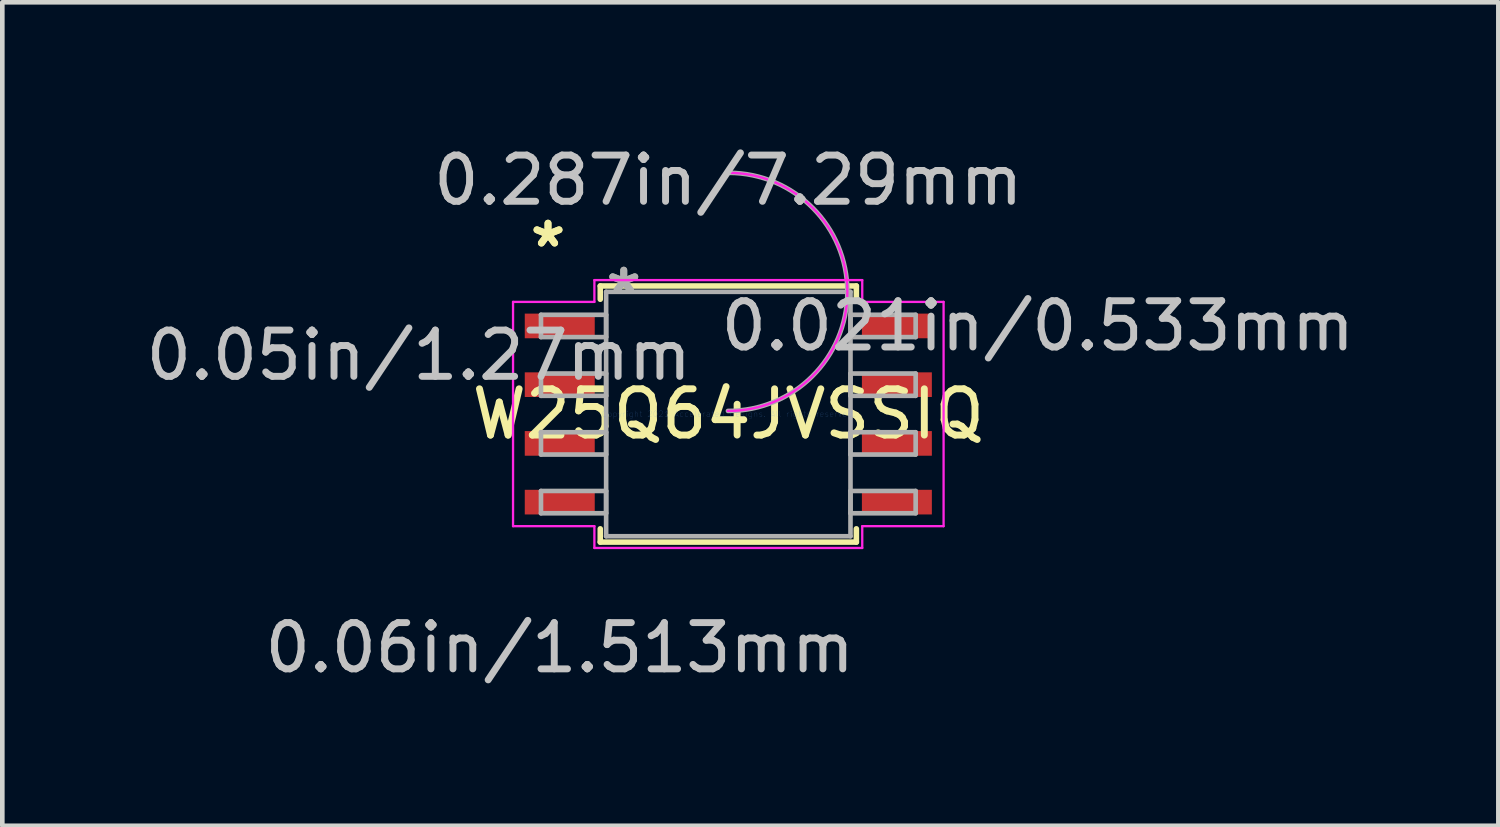
<source format=kicad_pcb>
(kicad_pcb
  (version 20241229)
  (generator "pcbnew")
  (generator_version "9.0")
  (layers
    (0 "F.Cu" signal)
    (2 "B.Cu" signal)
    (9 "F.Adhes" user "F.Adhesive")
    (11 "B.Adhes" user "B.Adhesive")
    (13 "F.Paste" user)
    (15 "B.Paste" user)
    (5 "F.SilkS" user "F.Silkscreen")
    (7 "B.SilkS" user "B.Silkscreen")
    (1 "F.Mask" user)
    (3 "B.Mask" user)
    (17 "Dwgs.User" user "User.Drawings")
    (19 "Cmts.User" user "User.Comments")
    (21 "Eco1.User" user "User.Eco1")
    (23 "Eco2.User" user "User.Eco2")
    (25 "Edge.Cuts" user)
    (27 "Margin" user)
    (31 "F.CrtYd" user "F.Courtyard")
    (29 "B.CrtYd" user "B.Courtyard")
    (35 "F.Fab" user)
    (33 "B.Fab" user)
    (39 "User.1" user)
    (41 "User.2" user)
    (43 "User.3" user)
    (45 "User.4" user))
  (footprint "W25Q64JVSSIQ"
    (layer "F.Cu")
    (at 12.699 5.903)
    (property "Reference" "W25Q64JVSSIQ" (at 0 0 0) (layer "F.SilkS") (effects (font (size 1 1) (thickness 0.15))))
    (attr through_hole)
    (fp_line (start -2.769 -2.769) (end -2.769 -2.482) (stroke (width 0.12) (type solid)) (layer "F.SilkS"))
    (fp_line (start -2.769 2.482) (end -2.769 2.769) (stroke (width 0.12) (type solid)) (layer "F.SilkS"))
    (fp_line (start -2.769 2.769) (end 2.769 2.769) (stroke (width 0.12) (type solid)) (layer "F.SilkS"))
    (fp_line (start 2.769 -2.769) (end -2.769 -2.769) (stroke (width 0.12) (type solid)) (layer "F.SilkS"))
    (fp_line (start 2.769 -2.482) (end 2.769 -2.769) (stroke (width 0.12) (type solid)) (layer "F.SilkS"))
    (fp_line (start 2.769 2.769) (end 2.769 2.482) (stroke (width 0.12) (type solid)) (layer "F.SilkS"))
    (fp_line (start -4.655 -2.425) (end -2.896 -2.425) (stroke (width 0.05) (type solid)) (layer "F.CrtYd"))
    (fp_line (start -4.655 2.425) (end -4.655 -2.425) (stroke (width 0.05) (type solid)) (layer "F.CrtYd"))
    (fp_line (start -2.896 -2.896) (end 2.896 -2.896) (stroke (width 0.05) (type solid)) (layer "F.CrtYd"))
    (fp_line (start -2.896 -2.425) (end -2.896 -2.896) (stroke (width 0.05) (type solid)) (layer "F.CrtYd"))
    (fp_line (start -2.896 2.425) (end -4.655 2.425) (stroke (width 0.05) (type solid)) (layer "F.CrtYd"))
    (fp_line (start -2.896 2.896) (end -2.896 2.425) (stroke (width 0.05) (type solid)) (layer "F.CrtYd"))
    (fp_line (start 2.896 -2.896) (end 2.896 -2.425) (stroke (width 0.05) (type solid)) (layer "F.CrtYd"))
    (fp_line (start 2.896 -2.425) (end 4.655 -2.425) (stroke (width 0.05) (type solid)) (layer "F.CrtYd"))
    (fp_line (start 2.896 2.425) (end 2.896 2.896) (stroke (width 0.05) (type solid)) (layer "F.CrtYd"))
    (fp_line (start 2.896 2.896) (end -2.896 2.896) (stroke (width 0.05) (type solid)) (layer "F.CrtYd"))
    (fp_line (start 4.655 -2.425) (end 4.655 2.425) (stroke (width 0.05) (type solid)) (layer "F.CrtYd"))
    (fp_line (start 4.655 2.425) (end 2.896 2.425) (stroke (width 0.05) (type solid)) (layer "F.CrtYd"))
    (fp_arc (start 0.011183 -5.216103) (mid 2.574503 -2.630417) (end -0.011183 -0.067097) (stroke (width 0.05) (type solid)) (layer "F.CrtYd"))
    (fp_line (start -4.051 -2.146) (end -4.051 -1.664) (stroke (width 0.1) (type solid)) (layer "F.Fab"))
    (fp_line (start -4.051 -1.664) (end -2.642 -1.664) (stroke (width 0.1) (type solid)) (layer "F.Fab"))
    (fp_line (start -4.051 -0.876) (end -4.051 -0.394) (stroke (width 0.1) (type solid)) (layer "F.Fab"))
    (fp_line (start -4.051 -0.394) (end -2.642 -0.394) (stroke (width 0.1) (type solid)) (layer "F.Fab"))
    (fp_line (start -4.051 0.394) (end -4.051 0.876) (stroke (width 0.1) (type solid)) (layer "F.Fab"))
    (fp_line (start -4.051 0.876) (end -2.642 0.876) (stroke (width 0.1) (type solid)) (layer "F.Fab"))
    (fp_line (start -4.051 1.664) (end -4.051 2.146) (stroke (width 0.1) (type solid)) (layer "F.Fab"))
    (fp_line (start -4.051 2.146) (end -2.642 2.146) (stroke (width 0.1) (type solid)) (layer "F.Fab"))
    (fp_line (start -2.642 -2.642) (end -2.642 2.642) (stroke (width 0.1) (type solid)) (layer "F.Fab"))
    (fp_line (start -2.642 -2.146) (end -4.051 -2.146) (stroke (width 0.1) (type solid)) (layer "F.Fab"))
    (fp_line (start -2.642 -1.664) (end -2.642 -2.146) (stroke (width 0.1) (type solid)) (layer "F.Fab"))
    (fp_line (start -2.642 -0.876) (end -4.051 -0.876) (stroke (width 0.1) (type solid)) (layer "F.Fab"))
    (fp_line (start -2.642 -0.394) (end -2.642 -0.876) (stroke (width 0.1) (type solid)) (layer "F.Fab"))
    (fp_line (start -2.642 0.394) (end -4.051 0.394) (stroke (width 0.1) (type solid)) (layer "F.Fab"))
    (fp_line (start -2.642 0.876) (end -2.642 0.394) (stroke (width 0.1) (type solid)) (layer "F.Fab"))
    (fp_line (start -2.642 1.664) (end -4.051 1.664) (stroke (width 0.1) (type solid)) (layer "F.Fab"))
    (fp_line (start -2.642 2.146) (end -2.642 1.664) (stroke (width 0.1) (type solid)) (layer "F.Fab"))
    (fp_line (start -2.642 2.642) (end 2.642 2.642) (stroke (width 0.1) (type solid)) (layer "F.Fab"))
    (fp_line (start 2.642 -2.642) (end -2.642 -2.642) (stroke (width 0.1) (type solid)) (layer "F.Fab"))
    (fp_line (start 2.642 -2.146) (end 2.642 -1.664) (stroke (width 0.1) (type solid)) (layer "F.Fab"))
    (fp_line (start 2.642 -1.664) (end 4.051 -1.664) (stroke (width 0.1) (type solid)) (layer "F.Fab"))
    (fp_line (start 2.642 -0.876) (end 2.642 -0.394) (stroke (width 0.1) (type solid)) (layer "F.Fab"))
    (fp_line (start 2.642 -0.394) (end 4.051 -0.394) (stroke (width 0.1) (type solid)) (layer "F.Fab"))
    (fp_line (start 2.642 0.394) (end 2.642 0.876) (stroke (width 0.1) (type solid)) (layer "F.Fab"))
    (fp_line (start 2.642 0.876) (end 4.051 0.876) (stroke (width 0.1) (type solid)) (layer "F.Fab"))
    (fp_line (start 2.642 1.664) (end 2.642 2.146) (stroke (width 0.1) (type solid)) (layer "F.Fab"))
    (fp_line (start 2.642 2.146) (end 4.051 2.146) (stroke (width 0.1) (type solid)) (layer "F.Fab"))
    (fp_line (start 2.642 2.642) (end 2.642 -2.642) (stroke (width 0.1) (type solid)) (layer "F.Fab"))
    (fp_line (start 4.051 -2.146) (end 2.642 -2.146) (stroke (width 0.1) (type solid)) (layer "F.Fab"))
    (fp_line (start 4.051 -1.664) (end 4.051 -2.146) (stroke (width 0.1) (type solid)) (layer "F.Fab"))
    (fp_line (start 4.051 -0.876) (end 2.642 -0.876) (stroke (width 0.1) (type solid)) (layer "F.Fab"))
    (fp_line (start 4.051 -0.394) (end 4.051 -0.876) (stroke (width 0.1) (type solid)) (layer "F.Fab"))
    (fp_line (start 4.051 0.394) (end 2.642 0.394) (stroke (width 0.1) (type solid)) (layer "F.Fab"))
    (fp_line (start 4.051 0.876) (end 4.051 0.394) (stroke (width 0.1) (type solid)) (layer "F.Fab"))
    (fp_line (start 4.051 1.664) (end 2.642 1.664) (stroke (width 0.1) (type solid)) (layer "F.Fab"))
    (fp_line (start 4.051 2.146) (end 4.051 1.664) (stroke (width 0.1) (type solid)) (layer "F.Fab"))
    (fp_arc (start 0.007742 -5.216103) (mid 2.574503 -2.633858) (end -0.007742 -0.067097) (stroke (width 0.1) (type solid)) (layer "F.Fab"))
    (fp_text user "*" (at -3.899 -3.581 0) (layer "F.SilkS") (effects (font (size 1 1) (thickness 0.15))))
    (fp_text user "*" (at -3.899 -3.581 0) (layer "F.SilkS") (effects (font (size 1 1) (thickness 0.15))))
    (fp_text user "0.287in/7.29mm" (at 0 -5.055 0) (layer "Dwgs.User") (effects (font (size 1 1) (thickness 0.15))))
    (fp_text user "0.021in/0.533mm" (at 6.693 -1.905 0) (layer "Dwgs.User") (effects (font (size 1 1) (thickness 0.15))))
    (fp_text user "0.05in/1.27mm" (at -6.693 -1.27 0) (layer "Dwgs.User") (effects (font (size 1 1) (thickness 0.15))))
    (fp_text user "0.06in/1.513mm" (at -3.645 5.055 0) (layer "Dwgs.User") (effects (font (size 1 1) (thickness 0.15))))
    (fp_text user "Copyright 2021 Accelerated Designs. All rights reserved." (at 0 0 0) (layer "Cmts.User") (effects (font (size 0.127 0.127) (thickness 0.002))))
    (fp_text user "*" (at -2.261 -2.565 0) (layer "F.Fab") (effects (font (size 1 1) (thickness 0.15))))
    (fp_text user "*" (at -2.261 -2.565 0) (layer "F.Fab") (effects (font (size 1 1) (thickness 0.15))))
    (pad "1" smd rect (at -3.645 -1.905) (size 1.513 0.533) (layers "F.Cu" "F.Mask" "F.Paste"))
    (pad "2" smd rect (at -3.645 -0.635) (size 1.513 0.533) (layers "F.Cu" "F.Mask" "F.Paste"))
    (pad "3" smd rect (at -3.645 0.635) (size 1.513 0.533) (layers "F.Cu" "F.Mask" "F.Paste"))
    (pad "4" smd rect (at -3.645 1.905) (size 1.513 0.533) (layers "F.Cu" "F.Mask" "F.Paste"))
    (pad "5" smd rect (at 3.645 1.905) (size 1.513 0.533) (layers "F.Cu" "F.Mask" "F.Paste"))
    (pad "6" smd rect (at 3.645 0.635) (size 1.513 0.533) (layers "F.Cu" "F.Mask" "F.Paste"))
    (pad "7" smd rect (at 3.645 -0.635) (size 1.513 0.533) (layers "F.Cu" "F.Mask" "F.Paste"))
    (pad "8" smd rect (at 3.645 -1.905) (size 1.513 0.533) (layers "F.Cu" "F.Mask" "F.Paste")))
  (gr_rect
    (start -3 -3)
    (end 29.35 14.806)
    (stroke (width 0.1) (type default))
    (fill no)
    (layer "Edge.Cuts")))
</source>
